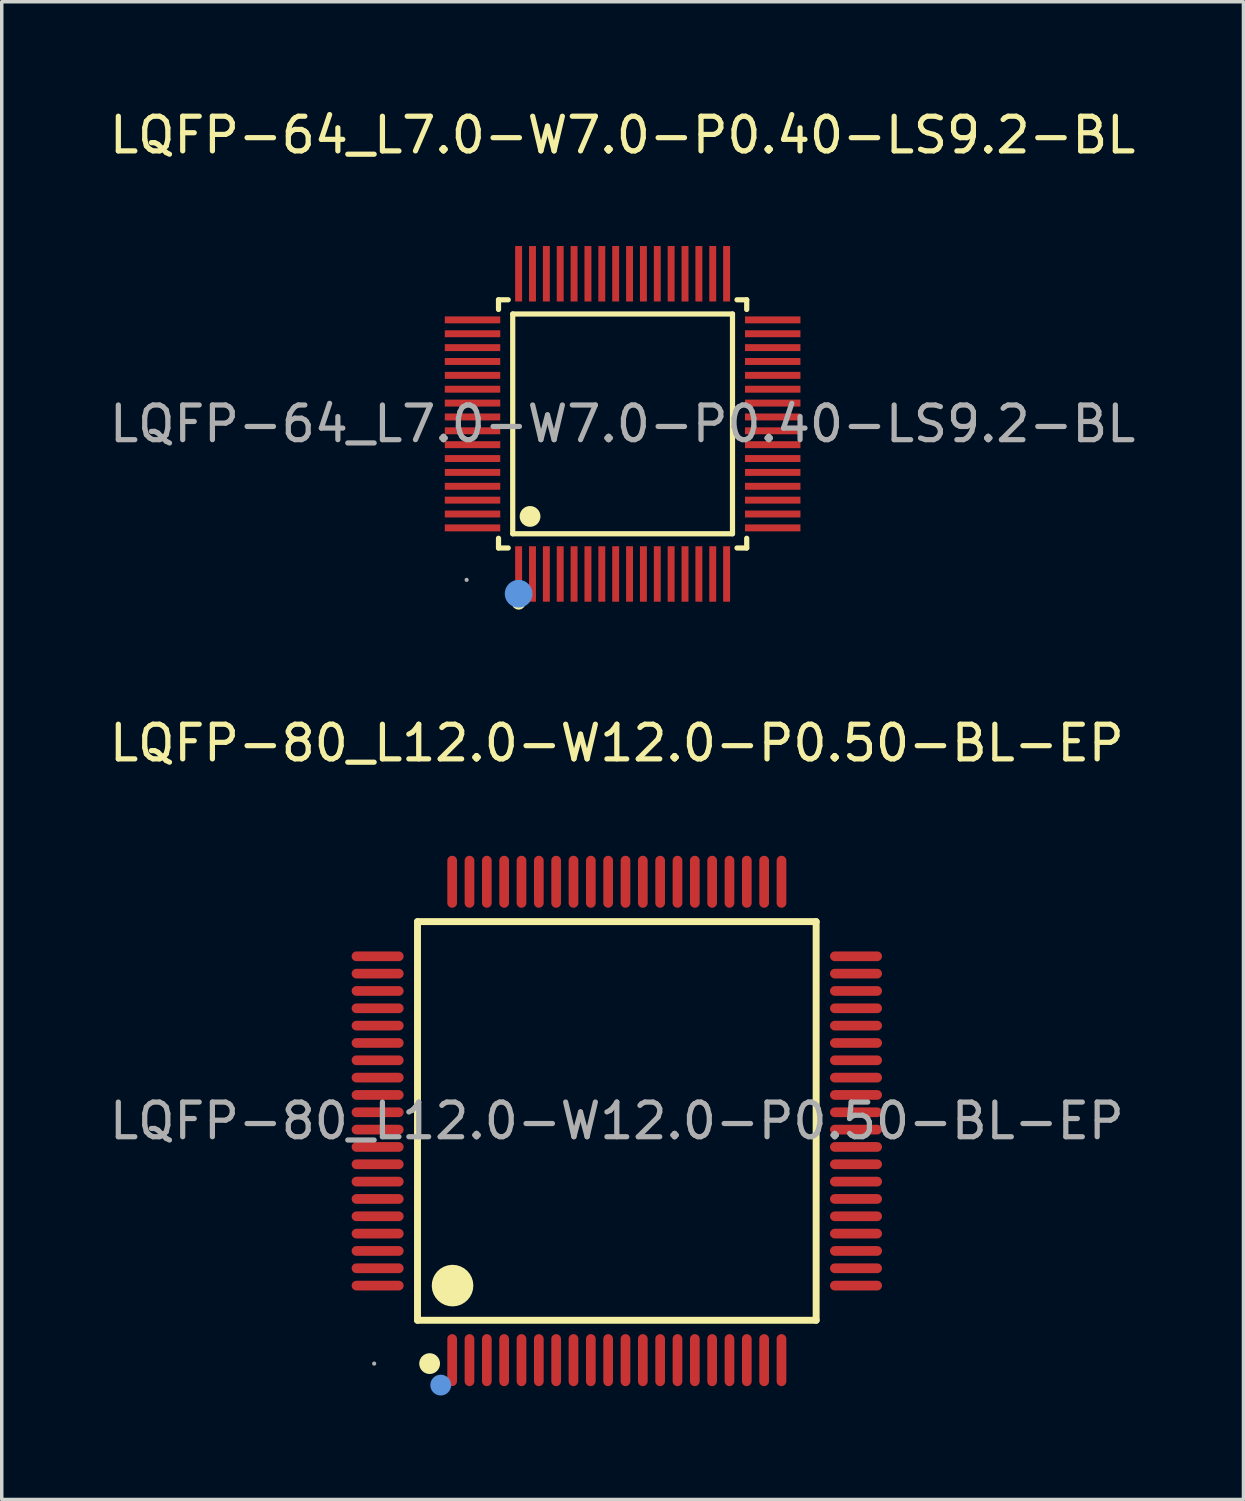
<source format=kicad_pcb>
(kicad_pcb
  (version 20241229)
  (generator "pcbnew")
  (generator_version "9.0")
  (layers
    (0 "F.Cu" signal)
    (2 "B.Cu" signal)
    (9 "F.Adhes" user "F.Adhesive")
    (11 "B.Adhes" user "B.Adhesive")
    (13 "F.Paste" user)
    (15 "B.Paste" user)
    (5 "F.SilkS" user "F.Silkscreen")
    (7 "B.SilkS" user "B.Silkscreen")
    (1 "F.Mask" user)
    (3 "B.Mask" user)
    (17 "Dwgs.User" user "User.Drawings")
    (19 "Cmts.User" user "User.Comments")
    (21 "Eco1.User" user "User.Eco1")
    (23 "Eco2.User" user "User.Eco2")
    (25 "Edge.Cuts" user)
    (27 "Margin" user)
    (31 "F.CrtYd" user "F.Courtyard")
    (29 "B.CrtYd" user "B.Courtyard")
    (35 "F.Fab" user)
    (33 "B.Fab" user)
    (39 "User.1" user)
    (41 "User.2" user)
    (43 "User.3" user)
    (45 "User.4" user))
  (footprint "LQFP-80_L12.0-W12.0-P0.50-BL-EP"
    (layer "F.Cu")
    (at 14.744 29.287)
    (property "Reference" "LQFP-80_L12.0-W12.0-P0.50-BL-EP" (at 0 -10.9 0) (layer "F.SilkS") (effects (font (size 1 1) (thickness 0.15))))
    (attr through_hole)
    (fp_line (start -5.75 -5.75) (end 5.75 -5.75) (stroke (width 0.2) (type solid)) (layer "F.SilkS"))
    (fp_line (start -5.75 5.75) (end -5.75 -5.75) (stroke (width 0.2) (type solid)) (layer "F.SilkS"))
    (fp_line (start 5.75 -5.75) (end 5.75 5.75) (stroke (width 0.2) (type solid)) (layer "F.SilkS"))
    (fp_line (start 5.75 5.75) (end -5.75 5.75) (stroke (width 0.2) (type solid)) (layer "F.SilkS"))
    (fp_arc (start -5.4 7) (mid -5.4 7) (end -5.4 7) (stroke (width 0.3) (type solid)) (layer "F.SilkS"))
    (fp_arc (start -4.74 4.45) (mid -4.735 5.049958) (end -4.749999 4.450167) (stroke (width 0.6) (type solid)) (layer "F.SilkS"))
    (fp_circle (center -5.08 7.62) (end -4.93 7.62) (stroke (width 0.3) (type solid)) (fill no) (layer "Cmts.User"))
    (fp_circle (center -7 7) (end -6.97 7) (stroke (width 0.06) (type solid)) (fill no) (layer "F.Fab"))
    (fp_text user "${REFERENCE}" (at 0 0 0) (layer "F.Fab") (effects (font (size 1 1) (thickness 0.15))))
    (pad "1" smd oval (at -4.75 6.9 180) (size 0.28 1.5) (layers "F.Cu" "F.Mask" "F.Paste"))
    (pad "2" smd oval (at -4.25 6.9 180) (size 0.28 1.5) (layers "F.Cu" "F.Mask" "F.Paste"))
    (pad "3" smd oval (at -3.75 6.9 180) (size 0.28 1.5) (layers "F.Cu" "F.Mask" "F.Paste"))
    (pad "4" smd oval (at -3.25 6.9 180) (size 0.28 1.5) (layers "F.Cu" "F.Mask" "F.Paste"))
    (pad "5" smd oval (at -2.75 6.9 180) (size 0.28 1.5) (layers "F.Cu" "F.Mask" "F.Paste"))
    (pad "6" smd oval (at -2.25 6.9 180) (size 0.28 1.5) (layers "F.Cu" "F.Mask" "F.Paste"))
    (pad "7" smd oval (at -1.75 6.9 180) (size 0.28 1.5) (layers "F.Cu" "F.Mask" "F.Paste"))
    (pad "8" smd oval (at -1.25 6.9 180) (size 0.28 1.5) (layers "F.Cu" "F.Mask" "F.Paste"))
    (pad "9" smd oval (at -0.75 6.9 180) (size 0.28 1.5) (layers "F.Cu" "F.Mask" "F.Paste"))
    (pad "10" smd oval (at -0.25 6.9 180) (size 0.28 1.5) (layers "F.Cu" "F.Mask" "F.Paste"))
    (pad "11" smd oval (at 0.25 6.9 180) (size 0.28 1.5) (layers "F.Cu" "F.Mask" "F.Paste"))
    (pad "12" smd oval (at 0.75 6.9 180) (size 0.28 1.5) (layers "F.Cu" "F.Mask" "F.Paste"))
    (pad "13" smd oval (at 1.25 6.9 180) (size 0.28 1.5) (layers "F.Cu" "F.Mask" "F.Paste"))
    (pad "14" smd oval (at 1.75 6.9 180) (size 0.28 1.5) (layers "F.Cu" "F.Mask" "F.Paste"))
    (pad "15" smd oval (at 2.25 6.9 180) (size 0.28 1.5) (layers "F.Cu" "F.Mask" "F.Paste"))
    (pad "16" smd oval (at 2.75 6.9 180) (size 0.28 1.5) (layers "F.Cu" "F.Mask" "F.Paste"))
    (pad "17" smd oval (at 3.25 6.9 180) (size 0.28 1.5) (layers "F.Cu" "F.Mask" "F.Paste"))
    (pad "18" smd oval (at 3.75 6.9 180) (size 0.28 1.5) (layers "F.Cu" "F.Mask" "F.Paste"))
    (pad "19" smd oval (at 4.25 6.9 180) (size 0.28 1.5) (layers "F.Cu" "F.Mask" "F.Paste"))
    (pad "20" smd oval (at 4.75 6.9) (size 0.28 1.5) (layers "F.Cu" "F.Mask" "F.Paste"))
    (pad "21" smd oval (at 6.9 4.75 270) (size 0.28 1.5) (layers "F.Cu" "F.Mask" "F.Paste"))
    (pad "22" smd oval (at 6.9 4.25 90) (size 0.28 1.5) (layers "F.Cu" "F.Mask" "F.Paste"))
    (pad "23" smd oval (at 6.9 3.75 90) (size 0.28 1.5) (layers "F.Cu" "F.Mask" "F.Paste"))
    (pad "24" smd oval (at 6.9 3.25 90) (size 0.28 1.5) (layers "F.Cu" "F.Mask" "F.Paste"))
    (pad "25" smd oval (at 6.9 2.75 90) (size 0.28 1.5) (layers "F.Cu" "F.Mask" "F.Paste"))
    (pad "26" smd oval (at 6.9 2.25 90) (size 0.28 1.5) (layers "F.Cu" "F.Mask" "F.Paste"))
    (pad "27" smd oval (at 6.9 1.75 90) (size 0.28 1.5) (layers "F.Cu" "F.Mask" "F.Paste"))
    (pad "28" smd oval (at 6.9 1.25 90) (size 0.28 1.5) (layers "F.Cu" "F.Mask" "F.Paste"))
    (pad "29" smd oval (at 6.9 0.75 90) (size 0.28 1.5) (layers "F.Cu" "F.Mask" "F.Paste"))
    (pad "30" smd oval (at 6.9 0.25 90) (size 0.28 1.5) (layers "F.Cu" "F.Mask" "F.Paste"))
    (pad "31" smd oval (at 6.9 -0.25 90) (size 0.28 1.5) (layers "F.Cu" "F.Mask" "F.Paste"))
    (pad "32" smd oval (at 6.9 -0.75 90) (size 0.28 1.5) (layers "F.Cu" "F.Mask" "F.Paste"))
    (pad "33" smd oval (at 6.9 -1.25 90) (size 0.28 1.5) (layers "F.Cu" "F.Mask" "F.Paste"))
    (pad "34" smd oval (at 6.9 -1.75 90) (size 0.28 1.5) (layers "F.Cu" "F.Mask" "F.Paste"))
    (pad "35" smd oval (at 6.9 -2.25 90) (size 0.28 1.5) (layers "F.Cu" "F.Mask" "F.Paste"))
    (pad "36" smd oval (at 6.9 -2.75 90) (size 0.28 1.5) (layers "F.Cu" "F.Mask" "F.Paste"))
    (pad "37" smd oval (at 6.9 -3.25 90) (size 0.28 1.5) (layers "F.Cu" "F.Mask" "F.Paste"))
    (pad "38" smd oval (at 6.9 -3.75 90) (size 0.28 1.5) (layers "F.Cu" "F.Mask" "F.Paste"))
    (pad "39" smd oval (at 6.9 -4.25 90) (size 0.28 1.5) (layers "F.Cu" "F.Mask" "F.Paste"))
    (pad "40" smd oval (at 6.9 -4.75 90) (size 0.28 1.5) (layers "F.Cu" "F.Mask" "F.Paste"))
    (pad "41" smd oval (at 4.75 -6.9) (size 0.28 1.5) (layers "F.Cu" "F.Mask" "F.Paste"))
    (pad "42" smd oval (at 4.25 -6.9 180) (size 0.28 1.5) (layers "F.Cu" "F.Mask" "F.Paste"))
    (pad "43" smd oval (at 3.75 -6.9 180) (size 0.28 1.5) (layers "F.Cu" "F.Mask" "F.Paste"))
    (pad "44" smd oval (at 3.25 -6.9 180) (size 0.28 1.5) (layers "F.Cu" "F.Mask" "F.Paste"))
    (pad "45" smd oval (at 2.75 -6.9 180) (size 0.28 1.5) (layers "F.Cu" "F.Mask" "F.Paste"))
    (pad "46" smd oval (at 2.25 -6.9 180) (size 0.28 1.5) (layers "F.Cu" "F.Mask" "F.Paste"))
    (pad "47" smd oval (at 1.75 -6.9 180) (size 0.28 1.5) (layers "F.Cu" "F.Mask" "F.Paste"))
    (pad "48" smd oval (at 1.25 -6.9 180) (size 0.28 1.5) (layers "F.Cu" "F.Mask" "F.Paste"))
    (pad "49" smd oval (at 0.75 -6.9 180) (size 0.28 1.5) (layers "F.Cu" "F.Mask" "F.Paste"))
    (pad "50" smd oval (at 0.25 -6.9 180) (size 0.28 1.5) (layers "F.Cu" "F.Mask" "F.Paste"))
    (pad "51" smd oval (at -0.25 -6.9 180) (size 0.28 1.5) (layers "F.Cu" "F.Mask" "F.Paste"))
    (pad "52" smd oval (at -0.75 -6.9 180) (size 0.28 1.5) (layers "F.Cu" "F.Mask" "F.Paste"))
    (pad "53" smd oval (at -1.25 -6.9 180) (size 0.28 1.5) (layers "F.Cu" "F.Mask" "F.Paste"))
    (pad "54" smd oval (at -1.75 -6.9 180) (size 0.28 1.5) (layers "F.Cu" "F.Mask" "F.Paste"))
    (pad "55" smd oval (at -2.25 -6.9 180) (size 0.28 1.5) (layers "F.Cu" "F.Mask" "F.Paste"))
    (pad "56" smd oval (at -2.75 -6.9 180) (size 0.28 1.5) (layers "F.Cu" "F.Mask" "F.Paste"))
    (pad "57" smd oval (at -3.25 -6.9 180) (size 0.28 1.5) (layers "F.Cu" "F.Mask" "F.Paste"))
    (pad "58" smd oval (at -3.75 -6.9 180) (size 0.28 1.5) (layers "F.Cu" "F.Mask" "F.Paste"))
    (pad "59" smd oval (at -4.25 -6.9 180) (size 0.28 1.5) (layers "F.Cu" "F.Mask" "F.Paste"))
    (pad "60" smd oval (at -4.75 -6.9 180) (size 0.28 1.5) (layers "F.Cu" "F.Mask" "F.Paste"))
    (pad "61" smd oval (at -6.9 -4.75 90) (size 0.28 1.5) (layers "F.Cu" "F.Mask" "F.Paste"))
    (pad "62" smd oval (at -6.9 -4.25 90) (size 0.28 1.5) (layers "F.Cu" "F.Mask" "F.Paste"))
    (pad "63" smd oval (at -6.9 -3.75 90) (size 0.28 1.5) (layers "F.Cu" "F.Mask" "F.Paste"))
    (pad "64" smd oval (at -6.9 -3.25 90) (size 0.28 1.5) (layers "F.Cu" "F.Mask" "F.Paste"))
    (pad "65" smd oval (at -6.9 -2.75 90) (size 0.28 1.5) (layers "F.Cu" "F.Mask" "F.Paste"))
    (pad "66" smd oval (at -6.9 -2.25 90) (size 0.28 1.5) (layers "F.Cu" "F.Mask" "F.Paste"))
    (pad "67" smd oval (at -6.9 -1.75 90) (size 0.28 1.5) (layers "F.Cu" "F.Mask" "F.Paste"))
    (pad "68" smd oval (at -6.9 -1.25 90) (size 0.28 1.5) (layers "F.Cu" "F.Mask" "F.Paste"))
    (pad "69" smd oval (at -6.9 -0.75 90) (size 0.28 1.5) (layers "F.Cu" "F.Mask" "F.Paste"))
    (pad "70" smd oval (at -6.9 -0.25 90) (size 0.28 1.5) (layers "F.Cu" "F.Mask" "F.Paste"))
    (pad "71" smd oval (at -6.9 0.25 90) (size 0.28 1.5) (layers "F.Cu" "F.Mask" "F.Paste"))
    (pad "72" smd oval (at -6.9 0.75 90) (size 0.28 1.5) (layers "F.Cu" "F.Mask" "F.Paste"))
    (pad "73" smd oval (at -6.9 1.25 90) (size 0.28 1.5) (layers "F.Cu" "F.Mask" "F.Paste"))
    (pad "74" smd oval (at -6.9 1.75 90) (size 0.28 1.5) (layers "F.Cu" "F.Mask" "F.Paste"))
    (pad "75" smd oval (at -6.9 2.25 90) (size 0.28 1.5) (layers "F.Cu" "F.Mask" "F.Paste"))
    (pad "76" smd oval (at -6.9 2.75 90) (size 0.28 1.5) (layers "F.Cu" "F.Mask" "F.Paste"))
    (pad "77" smd oval (at -6.9 3.25 90) (size 0.28 1.5) (layers "F.Cu" "F.Mask" "F.Paste"))
    (pad "78" smd oval (at -6.9 3.75 90) (size 0.28 1.5) (layers "F.Cu" "F.Mask" "F.Paste"))
    (pad "79" smd oval (at -6.9 4.25 90) (size 0.28 1.5) (layers "F.Cu" "F.Mask" "F.Paste"))
    (pad "80" smd oval (at -6.9 4.75 270) (size 0.28 1.5) (layers "F.Cu" "F.Mask" "F.Paste")))
  (footprint "LQFP-64_L7.0-W7.0-P0.40-LS9.2-BL"
    (layer "F.Cu")
    (at 14.911 9.178)
    (property "Reference" "LQFP-64_L7.0-W7.0-P0.40-LS9.2-BL" (at 0 -8.33 0) (layer "F.SilkS") (effects (font (size 1 1) (thickness 0.15))))
    (attr through_hole)
    (fp_line (start -3.58 -3.58) (end -3.3 -3.58) (stroke (width 0.15) (type solid)) (layer "F.SilkS"))
    (fp_line (start -3.58 -3.3) (end -3.58 -3.58) (stroke (width 0.15) (type solid)) (layer "F.SilkS"))
    (fp_line (start -3.58 3.3) (end -3.58 3.58) (stroke (width 0.15) (type solid)) (layer "F.SilkS"))
    (fp_line (start -3.58 3.58) (end -3.3 3.58) (stroke (width 0.15) (type solid)) (layer "F.SilkS"))
    (fp_line (start -3.17 -3.17) (end 3.17 -3.17) (stroke (width 0.15) (type solid)) (layer "F.SilkS"))
    (fp_line (start -3.17 3.17) (end -3.17 -3.17) (stroke (width 0.15) (type solid)) (layer "F.SilkS"))
    (fp_line (start 3.17 -3.17) (end 3.17 3.17) (stroke (width 0.15) (type solid)) (layer "F.SilkS"))
    (fp_line (start 3.17 3.17) (end -3.17 3.17) (stroke (width 0.15) (type solid)) (layer "F.SilkS"))
    (fp_line (start 3.58 -3.58) (end 3.3 -3.58) (stroke (width 0.15) (type solid)) (layer "F.SilkS"))
    (fp_line (start 3.58 -3.3) (end 3.58 -3.58) (stroke (width 0.15) (type solid)) (layer "F.SilkS"))
    (fp_line (start 3.58 3.3) (end 3.58 3.58) (stroke (width 0.15) (type solid)) (layer "F.SilkS"))
    (fp_line (start 3.58 3.58) (end 3.3 3.58) (stroke (width 0.15) (type solid)) (layer "F.SilkS"))
    (fp_circle (center -3 5.16) (end -2.9 5.16) (stroke (width 0.2) (type solid)) (fill no) (layer "F.SilkS"))
    (fp_circle (center -2.67 2.67) (end -2.52 2.67) (stroke (width 0.3) (type solid)) (fill no) (layer "F.SilkS"))
    (fp_circle (center -3 4.9) (end -2.8 4.9) (stroke (width 0.4) (type solid)) (fill no) (layer "Cmts.User"))
    (fp_circle (center -4.5 4.5) (end -4.47 4.5) (stroke (width 0.06) (type solid)) (fill no) (layer "F.Fab"))
    (fp_text user "${REFERENCE}" (at 0 0 0) (layer "F.Fab") (effects (font (size 1 1) (thickness 0.15))))
    (pad "1" smd rect (at -3 4.33) (size 0.2 1.6) (layers "F.Cu" "F.Mask" "F.Paste"))
    (pad "2" smd rect (at -2.6 4.33) (size 0.2 1.6) (layers "F.Cu" "F.Mask" "F.Paste"))
    (pad "3" smd rect (at -2.2 4.33) (size 0.2 1.6) (layers "F.Cu" "F.Mask" "F.Paste"))
    (pad "4" smd rect (at -1.8 4.33) (size 0.2 1.6) (layers "F.Cu" "F.Mask" "F.Paste"))
    (pad "5" smd rect (at -1.4 4.33) (size 0.2 1.6) (layers "F.Cu" "F.Mask" "F.Paste"))
    (pad "6" smd rect (at -1 4.33) (size 0.2 1.6) (layers "F.Cu" "F.Mask" "F.Paste"))
    (pad "7" smd rect (at -0.6 4.33) (size 0.2 1.6) (layers "F.Cu" "F.Mask" "F.Paste"))
    (pad "8" smd rect (at -0.2 4.33) (size 0.2 1.6) (layers "F.Cu" "F.Mask" "F.Paste"))
    (pad "9" smd rect (at 0.2 4.33) (size 0.2 1.6) (layers "F.Cu" "F.Mask" "F.Paste"))
    (pad "10" smd rect (at 0.6 4.33) (size 0.2 1.6) (layers "F.Cu" "F.Mask" "F.Paste"))
    (pad "11" smd rect (at 1 4.33) (size 0.2 1.6) (layers "F.Cu" "F.Mask" "F.Paste"))
    (pad "12" smd rect (at 1.4 4.33) (size 0.2 1.6) (layers "F.Cu" "F.Mask" "F.Paste"))
    (pad "13" smd rect (at 1.8 4.33) (size 0.2 1.6) (layers "F.Cu" "F.Mask" "F.Paste"))
    (pad "14" smd rect (at 2.2 4.33) (size 0.2 1.6) (layers "F.Cu" "F.Mask" "F.Paste"))
    (pad "15" smd rect (at 2.6 4.33) (size 0.2 1.6) (layers "F.Cu" "F.Mask" "F.Paste"))
    (pad "16" smd rect (at 3 4.33) (size 0.2 1.6) (layers "F.Cu" "F.Mask" "F.Paste"))
    (pad "17" smd rect (at 4.33 3) (size 1.6 0.2) (layers "F.Cu" "F.Mask" "F.Paste"))
    (pad "18" smd rect (at 4.33 2.6) (size 1.6 0.2) (layers "F.Cu" "F.Mask" "F.Paste"))
    (pad "19" smd rect (at 4.33 2.2) (size 1.6 0.2) (layers "F.Cu" "F.Mask" "F.Paste"))
    (pad "20" smd rect (at 4.33 1.8) (size 1.6 0.2) (layers "F.Cu" "F.Mask" "F.Paste"))
    (pad "21" smd rect (at 4.33 1.4) (size 1.6 0.2) (layers "F.Cu" "F.Mask" "F.Paste"))
    (pad "22" smd rect (at 4.33 1) (size 1.6 0.2) (layers "F.Cu" "F.Mask" "F.Paste"))
    (pad "23" smd rect (at 4.33 0.6) (size 1.6 0.2) (layers "F.Cu" "F.Mask" "F.Paste"))
    (pad "24" smd rect (at 4.33 0.2) (size 1.6 0.2) (layers "F.Cu" "F.Mask" "F.Paste"))
    (pad "25" smd rect (at 4.33 -0.2) (size 1.6 0.2) (layers "F.Cu" "F.Mask" "F.Paste"))
    (pad "26" smd rect (at 4.33 -0.6) (size 1.6 0.2) (layers "F.Cu" "F.Mask" "F.Paste"))
    (pad "27" smd rect (at 4.33 -1) (size 1.6 0.2) (layers "F.Cu" "F.Mask" "F.Paste"))
    (pad "28" smd rect (at 4.33 -1.4) (size 1.6 0.2) (layers "F.Cu" "F.Mask" "F.Paste"))
    (pad "29" smd rect (at 4.33 -1.8) (size 1.6 0.2) (layers "F.Cu" "F.Mask" "F.Paste"))
    (pad "30" smd rect (at 4.33 -2.2) (size 1.6 0.2) (layers "F.Cu" "F.Mask" "F.Paste"))
    (pad "31" smd rect (at 4.33 -2.6) (size 1.6 0.2) (layers "F.Cu" "F.Mask" "F.Paste"))
    (pad "32" smd rect (at 4.33 -3) (size 1.6 0.2) (layers "F.Cu" "F.Mask" "F.Paste"))
    (pad "33" smd rect (at 3 -4.33) (size 0.2 1.6) (layers "F.Cu" "F.Mask" "F.Paste"))
    (pad "34" smd rect (at 2.6 -4.33) (size 0.2 1.6) (layers "F.Cu" "F.Mask" "F.Paste"))
    (pad "35" smd rect (at 2.2 -4.33) (size 0.2 1.6) (layers "F.Cu" "F.Mask" "F.Paste"))
    (pad "36" smd rect (at 1.8 -4.33) (size 0.2 1.6) (layers "F.Cu" "F.Mask" "F.Paste"))
    (pad "37" smd rect (at 1.4 -4.33) (size 0.2 1.6) (layers "F.Cu" "F.Mask" "F.Paste"))
    (pad "38" smd rect (at 1 -4.33) (size 0.2 1.6) (layers "F.Cu" "F.Mask" "F.Paste"))
    (pad "39" smd rect (at 0.6 -4.33) (size 0.2 1.6) (layers "F.Cu" "F.Mask" "F.Paste"))
    (pad "40" smd rect (at 0.2 -4.33) (size 0.2 1.6) (layers "F.Cu" "F.Mask" "F.Paste"))
    (pad "41" smd rect (at -0.2 -4.33) (size 0.2 1.6) (layers "F.Cu" "F.Mask" "F.Paste"))
    (pad "42" smd rect (at -0.6 -4.33) (size 0.2 1.6) (layers "F.Cu" "F.Mask" "F.Paste"))
    (pad "43" smd rect (at -1 -4.33) (size 0.2 1.6) (layers "F.Cu" "F.Mask" "F.Paste"))
    (pad "44" smd rect (at -1.4 -4.33) (size 0.2 1.6) (layers "F.Cu" "F.Mask" "F.Paste"))
    (pad "45" smd rect (at -1.8 -4.33) (size 0.2 1.6) (layers "F.Cu" "F.Mask" "F.Paste"))
    (pad "46" smd rect (at -2.2 -4.33) (size 0.2 1.6) (layers "F.Cu" "F.Mask" "F.Paste"))
    (pad "47" smd rect (at -2.6 -4.33) (size 0.2 1.6) (layers "F.Cu" "F.Mask" "F.Paste"))
    (pad "48" smd rect (at -3 -4.33) (size 0.2 1.6) (layers "F.Cu" "F.Mask" "F.Paste"))
    (pad "49" smd rect (at -4.33 -3) (size 1.6 0.2) (layers "F.Cu" "F.Mask" "F.Paste"))
    (pad "50" smd rect (at -4.33 -2.6) (size 1.6 0.2) (layers "F.Cu" "F.Mask" "F.Paste"))
    (pad "51" smd rect (at -4.33 -2.2) (size 1.6 0.2) (layers "F.Cu" "F.Mask" "F.Paste"))
    (pad "52" smd rect (at -4.33 -1.8) (size 1.6 0.2) (layers "F.Cu" "F.Mask" "F.Paste"))
    (pad "53" smd rect (at -4.33 -1.4) (size 1.6 0.2) (layers "F.Cu" "F.Mask" "F.Paste"))
    (pad "54" smd rect (at -4.33 -1) (size 1.6 0.2) (layers "F.Cu" "F.Mask" "F.Paste"))
    (pad "55" smd rect (at -4.33 -0.6) (size 1.6 0.2) (layers "F.Cu" "F.Mask" "F.Paste"))
    (pad "56" smd rect (at -4.33 -0.2) (size 1.6 0.2) (layers "F.Cu" "F.Mask" "F.Paste"))
    (pad "57" smd rect (at -4.33 0.2) (size 1.6 0.2) (layers "F.Cu" "F.Mask" "F.Paste"))
    (pad "58" smd rect (at -4.33 0.6) (size 1.6 0.2) (layers "F.Cu" "F.Mask" "F.Paste"))
    (pad "59" smd rect (at -4.33 1) (size 1.6 0.2) (layers "F.Cu" "F.Mask" "F.Paste"))
    (pad "60" smd rect (at -4.33 1.4) (size 1.6 0.2) (layers "F.Cu" "F.Mask" "F.Paste"))
    (pad "61" smd rect (at -4.33 1.8) (size 1.6 0.2) (layers "F.Cu" "F.Mask" "F.Paste"))
    (pad "62" smd rect (at -4.33 2.2) (size 1.6 0.2) (layers "F.Cu" "F.Mask" "F.Paste"))
    (pad "63" smd rect (at -4.33 2.6) (size 1.6 0.2) (layers "F.Cu" "F.Mask" "F.Paste"))
    (pad "64" smd rect (at -4.33 3) (size 1.6 0.2) (layers "F.Cu" "F.Mask" "F.Paste")))
  (gr_rect
    (start -3 -3)
    (end 32.821 40.206)
    (stroke (width 0.1) (type default))
    (fill no)
    (layer "Edge.Cuts")))
</source>
